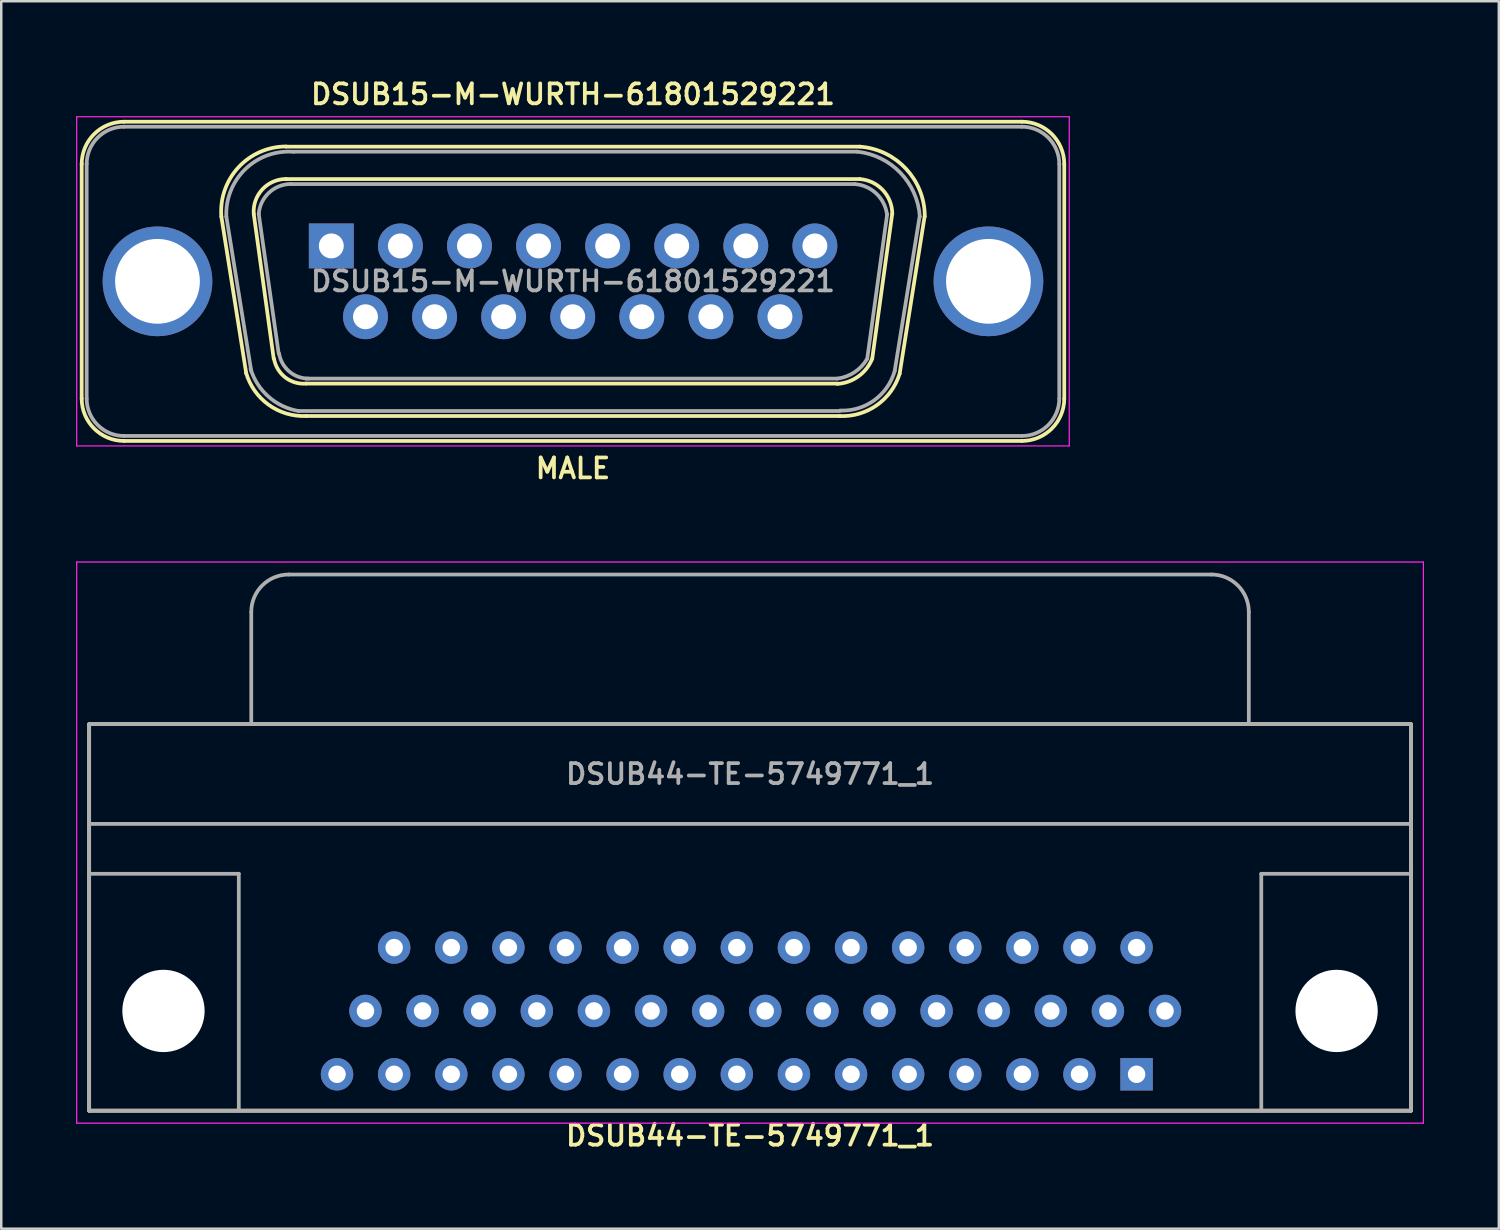
<source format=kicad_pcb>
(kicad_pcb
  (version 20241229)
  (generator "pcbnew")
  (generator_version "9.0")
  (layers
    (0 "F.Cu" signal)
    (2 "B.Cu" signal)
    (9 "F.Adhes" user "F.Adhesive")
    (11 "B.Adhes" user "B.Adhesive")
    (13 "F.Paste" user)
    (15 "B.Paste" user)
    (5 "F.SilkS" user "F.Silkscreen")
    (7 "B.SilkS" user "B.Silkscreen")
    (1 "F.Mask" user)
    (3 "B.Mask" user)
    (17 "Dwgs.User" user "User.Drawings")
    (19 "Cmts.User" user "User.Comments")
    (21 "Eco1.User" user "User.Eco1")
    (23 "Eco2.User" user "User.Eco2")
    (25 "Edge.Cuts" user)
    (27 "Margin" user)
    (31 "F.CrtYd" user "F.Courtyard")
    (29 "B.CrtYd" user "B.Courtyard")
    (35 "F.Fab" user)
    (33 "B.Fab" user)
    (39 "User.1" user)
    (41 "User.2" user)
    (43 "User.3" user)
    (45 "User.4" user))
  (footprint "DSUB15-M-WURTH-61801529221"
    (layer "F.Cu")
    (at 19.925 8.231)
    (property "Reference" "DSUB15-M-WURTH-61801529221" (at 0 -7.5 0) (layer "F.SilkS") (effects (font (size 0.8 0.8) (thickness 0.15))))
    (attr through_hole)
    (fp_line (start -19.7 -4.7) (end -19.7 4.7) (stroke (width 0.15) (type solid)) (layer "F.SilkS"))
    (fp_line (start -13.1 3.7) (end -14.1 -2.6) (stroke (width 0.15) (type solid)) (layer "F.SilkS"))
    (fp_line (start -12 3.1) (end -12.8 -2.7) (stroke (width 0.15) (type solid)) (layer "F.SilkS"))
    (fp_line (start -11.5 -5.4) (end 11.5 -5.4) (stroke (width 0.15) (type solid)) (layer "F.SilkS"))
    (fp_line (start -11.5 -4.1) (end 11.5 -4.1) (stroke (width 0.15) (type solid)) (layer "F.SilkS"))
    (fp_line (start -10.7 4.1) (end 10.6 4.1) (stroke (width 0.15) (type solid)) (layer "F.SilkS"))
    (fp_line (start -10.7 5.4) (end 10.7 5.4) (stroke (width 0.15) (type solid)) (layer "F.SilkS"))
    (fp_line (start 12 3.1) (end 12.8 -2.7) (stroke (width 0.15) (type solid)) (layer "F.SilkS"))
    (fp_line (start 13.1 3.7) (end 14.1 -2.6) (stroke (width 0.15) (type solid)) (layer "F.SilkS"))
    (fp_line (start 18 -6.4) (end -18 -6.4) (stroke (width 0.15) (type solid)) (layer "F.SilkS"))
    (fp_line (start 18 6.4) (end -18 6.4) (stroke (width 0.15) (type solid)) (layer "F.SilkS"))
    (fp_line (start 19.7 4.7) (end 19.7 -4.7) (stroke (width 0.15) (type solid)) (layer "F.SilkS"))
    (fp_arc (start -19.7 -4.7) (mid -19.202082 -5.902082) (end -18 -6.4) (stroke (width 0.15) (type solid)) (layer "F.SilkS"))
    (fp_arc (start -18 6.4) (mid -19.202082 5.902082) (end -19.7 4.7) (stroke (width 0.15) (type solid)) (layer "F.SilkS"))
    (fp_arc (start -14.1 -2.6) (mid -13.413313 -4.571788) (end -11.5 -5.407681) (stroke (width 0.15) (type solid)) (layer "F.SilkS"))
    (fp_arc (start -12.8 -2.7) (mid -12.456657 -3.685894) (end -11.5 -4.10384) (stroke (width 0.15) (type solid)) (layer "F.SilkS"))
    (fp_arc (start -10.7 4.1) (mid -11.539482 3.85035) (end -11.987776 3.097962) (stroke (width 0.15) (type solid)) (layer "F.SilkS"))
    (fp_arc (start -10.7 5.4) (mid -12.200929 4.951256) (end -13.105999 3.672582) (stroke (width 0.15) (type solid)) (layer "F.SilkS"))
    (fp_arc (start 11.5 -5.4) (mid 13.354437 -4.512926) (end 14.107134 -2.6) (stroke (width 0.15) (type solid)) (layer "F.SilkS"))
    (fp_arc (start 11.5 -4.1) (mid 12.427219 -3.656463) (end 12.803567 -2.7) (stroke (width 0.15) (type solid)) (layer "F.SilkS"))
    (fp_arc (start 12 3.1) (mid 11.447027 3.80887) (end 10.600775 4.112403) (stroke (width 0.15) (type solid)) (layer "F.SilkS"))
    (fp_arc (start 13.1 3.7) (mid 12.184915 4.9652) (end 10.685648 5.401442) (stroke (width 0.15) (type solid)) (layer "F.SilkS"))
    (fp_arc (start 18 -6.4) (mid 19.202082 -5.902082) (end 19.7 -4.7) (stroke (width 0.15) (type solid)) (layer "F.SilkS"))
    (fp_arc (start 19.7 4.7) (mid 19.202082 5.902082) (end 18 6.4) (stroke (width 0.15) (type solid)) (layer "F.SilkS"))
    (fp_line (start -19.9 -6.6) (end 19.9 -6.6) (stroke (width 0.05) (type solid)) (layer "F.CrtYd"))
    (fp_line (start -19.9 6.6) (end -19.9 -6.6) (stroke (width 0.05) (type solid)) (layer "F.CrtYd"))
    (fp_line (start 19.9 -6.6) (end 19.9 6.6) (stroke (width 0.05) (type solid)) (layer "F.CrtYd"))
    (fp_line (start 19.9 6.6) (end -19.9 6.6) (stroke (width 0.05) (type solid)) (layer "F.CrtYd"))
    (fp_line (start -19.5 4.7) (end -19.5 -4.7) (stroke (width 0.15) (type solid)) (layer "F.Fab"))
    (fp_line (start -18 -6.2) (end 18 -6.2) (stroke (width 0.15) (type solid)) (layer "F.Fab"))
    (fp_line (start -12.9 3.6) (end -13.9 -2.6) (stroke (width 0.15) (type solid)) (layer "F.Fab"))
    (fp_line (start -11.8 2.9) (end -12.6 -2.7) (stroke (width 0.15) (type solid)) (layer "F.Fab"))
    (fp_line (start -11.3 -3.9) (end 11.3 -3.9) (stroke (width 0.15) (type solid)) (layer "F.Fab"))
    (fp_line (start -11.2 -5.2) (end 11.4 -5.2) (stroke (width 0.15) (type solid)) (layer "F.Fab"))
    (fp_line (start -11 5.2) (end 10.7 5.2) (stroke (width 0.15) (type solid)) (layer "F.Fab"))
    (fp_line (start -10.7 3.9) (end 10.6 3.9) (stroke (width 0.15) (type solid)) (layer "F.Fab"))
    (fp_line (start 11.8 3.1) (end 12.6 -2.7) (stroke (width 0.15) (type solid)) (layer "F.Fab"))
    (fp_line (start 12.9 3.6) (end 13.9 -2.6) (stroke (width 0.15) (type solid)) (layer "F.Fab"))
    (fp_line (start 18 6.2) (end -18 6.2) (stroke (width 0.15) (type solid)) (layer "F.Fab"))
    (fp_line (start 19.5 -4.7) (end 19.5 4.7) (stroke (width 0.15) (type solid)) (layer "F.Fab"))
    (fp_arc (start -19.5 -4.7) (mid -19.06066 -5.76066) (end -18 -6.2) (stroke (width 0.15) (type solid)) (layer "F.Fab"))
    (fp_arc (start -18 6.2) (mid -19.06066 5.76066) (end -19.5 4.7) (stroke (width 0.15) (type solid)) (layer "F.Fab"))
    (fp_arc (start -13.9 -2.6) (mid -13.134595 -4.503102) (end -11.203287 -5.194254) (stroke (width 0.15) (type solid)) (layer "F.Fab"))
    (fp_arc (start -12.6 -2.7) (mid -12.185894 -3.556657) (end -11.3 -3.90384) (stroke (width 0.15) (type solid)) (layer "F.Fab"))
    (fp_arc (start -11 5.2) (mid -12.204651 4.62896) (end -12.927562 3.50884) (stroke (width 0.15) (type solid)) (layer "F.Fab"))
    (fp_arc (start -10.6 3.9) (mid -11.37565 3.615624) (end -11.783673 2.897278) (stroke (width 0.15) (type solid)) (layer "F.Fab"))
    (fp_arc (start 11.3 -3.9) (mid 12.156076 -3.527579) (end 12.589167 -2.700538) (stroke (width 0.15) (type solid)) (layer "F.Fab"))
    (fp_arc (start 11.4 -5.2) (mid 13.127914 -4.353859) (end 13.909219 -2.595676) (stroke (width 0.15) (type solid)) (layer "F.Fab"))
    (fp_arc (start 11.8 3.1) (mid 11.29478 3.641406) (end 10.600841 3.899895) (stroke (width 0.15) (type solid)) (layer "F.Fab"))
    (fp_arc (start 12.9 3.6) (mid 12.077027 4.771779) (end 10.705134 5.181972) (stroke (width 0.15) (type solid)) (layer "F.Fab"))
    (fp_arc (start 18 -6.2) (mid 19.06066 -5.76066) (end 19.5 -4.7) (stroke (width 0.15) (type solid)) (layer "F.Fab"))
    (fp_arc (start 19.5 4.7) (mid 19.06066 5.76066) (end 18 6.2) (stroke (width 0.15) (type solid)) (layer "F.Fab"))
    (fp_text user "MALE" (at 0 7.5 0) (layer "F.SilkS") (effects (font (size 0.8 0.8) (thickness 0.15))))
    (fp_text user "${REFERENCE}" (at 0 0 0) (layer "F.Fab") (effects (font (size 0.8 0.8) (thickness 0.15))))
    (pad "" thru_hole circle (at -16.66 0) (size 4.4 4.4) (drill 3.4) (layers "*.Cu" "*.Mask"))
    (pad "" thru_hole circle (at 16.66 0) (size 4.4 4.4) (drill 3.4) (layers "*.Cu" "*.Mask"))
    (pad "1" thru_hole rect (at -9.69 -1.42) (size 1.8 1.8) (drill 1) (layers "*.Cu" "*.Mask"))
    (pad "2" thru_hole circle (at -6.92 -1.42) (size 1.8 1.8) (drill 1) (layers "*.Cu" "*.Mask"))
    (pad "3" thru_hole circle (at -4.15 -1.42) (size 1.8 1.8) (drill 1) (layers "*.Cu" "*.Mask"))
    (pad "4" thru_hole circle (at -1.38 -1.42) (size 1.8 1.8) (drill 1) (layers "*.Cu" "*.Mask"))
    (pad "5" thru_hole circle (at 1.39 -1.42) (size 1.8 1.8) (drill 1) (layers "*.Cu" "*.Mask"))
    (pad "6" thru_hole circle (at 4.16 -1.42) (size 1.8 1.8) (drill 1) (layers "*.Cu" "*.Mask"))
    (pad "7" thru_hole circle (at 6.93 -1.42) (size 1.8 1.8) (drill 1) (layers "*.Cu" "*.Mask"))
    (pad "8" thru_hole circle (at 9.7 -1.42) (size 1.8 1.8) (drill 1) (layers "*.Cu" "*.Mask"))
    (pad "9" thru_hole circle (at -8.32 1.42) (size 1.8 1.8) (drill 1) (layers "*.Cu" "*.Mask"))
    (pad "10" thru_hole circle (at -5.55 1.42) (size 1.8 1.8) (drill 1) (layers "*.Cu" "*.Mask"))
    (pad "11" thru_hole circle (at -2.78 1.42) (size 1.8 1.8) (drill 1) (layers "*.Cu" "*.Mask"))
    (pad "12" thru_hole circle (at -0.01 1.42) (size 1.8 1.8) (drill 1) (layers "*.Cu" "*.Mask"))
    (pad "13" thru_hole circle (at 2.76 1.42) (size 1.8 1.8) (drill 1) (layers "*.Cu" "*.Mask"))
    (pad "14" thru_hole circle (at 5.53 1.42) (size 1.8 1.8) (drill 1) (layers "*.Cu" "*.Mask"))
    (pad "15" thru_hole circle (at 8.3 1.42) (size 1.8 1.8) (drill 1) (layers "*.Cu" "*.Mask")))
  (footprint "DSUB44-TE-5749771_1"
    (layer "F.Cu")
    (at 27.025 37.487)
    (property "Reference" "DSUB44-TE-5749771_1" (at 0 5 0) (layer "F.SilkS") (effects (font (size 0.8 0.8) (thickness 0.15))))
    (attr through_hole)
    (fp_line (start -26.5 -11.5) (end -26.5 4) (stroke (width 0.15) (type solid)) (layer "F.SilkS"))
    (fp_line (start -26.5 4) (end 26.5 4) (stroke (width 0.15) (type solid)) (layer "F.SilkS"))
    (fp_line (start 26.5 -11.5) (end -26.5 -11.5) (stroke (width 0.15) (type solid)) (layer "F.SilkS"))
    (fp_line (start 26.5 4) (end 26.5 -11.5) (stroke (width 0.15) (type solid)) (layer "F.SilkS"))
    (fp_line (start -27 -18) (end 27 -18) (stroke (width 0.05) (type solid)) (layer "F.CrtYd"))
    (fp_line (start -27 4.5) (end -27 -18) (stroke (width 0.05) (type solid)) (layer "F.CrtYd"))
    (fp_line (start 27 -18) (end 27 4.5) (stroke (width 0.05) (type solid)) (layer "F.CrtYd"))
    (fp_line (start 27 4.5) (end -27 4.5) (stroke (width 0.05) (type solid)) (layer "F.CrtYd"))
    (fp_line (start -26.5 -11.5) (end -26.5 4) (stroke (width 0.15) (type solid)) (layer "F.Fab"))
    (fp_line (start -26.5 -7.5) (end 26.5 -7.5) (stroke (width 0.15) (type solid)) (layer "F.Fab"))
    (fp_line (start -26.5 -5.5) (end -20.5 -5.5) (stroke (width 0.15) (type solid)) (layer "F.Fab"))
    (fp_line (start -26.5 4) (end 26.5 4) (stroke (width 0.15) (type solid)) (layer "F.Fab"))
    (fp_line (start -20.5 -5.5) (end -20.5 4) (stroke (width 0.15) (type solid)) (layer "F.Fab"))
    (fp_line (start -20 -16) (end -20 -11.5) (stroke (width 0.15) (type solid)) (layer "F.Fab"))
    (fp_line (start -18.5 -17.5) (end 18.5 -17.5) (stroke (width 0.15) (type solid)) (layer "F.Fab"))
    (fp_line (start 20 -16) (end 20 -11.5) (stroke (width 0.15) (type solid)) (layer "F.Fab"))
    (fp_line (start 20.5 -5.5) (end 20.5 4) (stroke (width 0.15) (type solid)) (layer "F.Fab"))
    (fp_line (start 20.5 -5.5) (end 26.5 -5.5) (stroke (width 0.15) (type solid)) (layer "F.Fab"))
    (fp_line (start 26.5 -11.5) (end -26.5 -11.5) (stroke (width 0.15) (type solid)) (layer "F.Fab"))
    (fp_line (start 26.5 4) (end 26.5 -11.5) (stroke (width 0.15) (type solid)) (layer "F.Fab"))
    (fp_arc (start -20 -16) (mid -19.56066 -17.06066) (end -18.5 -17.5) (stroke (width 0.15) (type solid)) (layer "F.Fab"))
    (fp_arc (start 18.5 -17.5) (mid 19.56066 -17.06066) (end 20 -16) (stroke (width 0.15) (type solid)) (layer "F.Fab"))
    (fp_text user "${REFERENCE}" (at 0 -9.5 0) (layer "F.Fab") (effects (font (size 0.8 0.8) (thickness 0.15))))
    (pad "" np_thru_hole circle (at -23.52 0) (size 3.3 3.3) (drill 3.3) (layers "*.Cu" "*.Mask"))
    (pad "" np_thru_hole circle (at 23.52 0) (size 3.3 3.3) (drill 3.3) (layers "*.Cu" "*.Mask"))
    (pad "1" thru_hole rect (at 15.5 2.54) (size 1.3 1.3) (drill 0.7) (layers "*.Cu" "*.Mask"))
    (pad "2" thru_hole circle (at 13.21 2.54) (size 1.3 1.3) (drill 0.7) (layers "*.Cu" "*.Mask"))
    (pad "3" thru_hole circle (at 10.92 2.54) (size 1.3 1.3) (drill 0.7) (layers "*.Cu" "*.Mask"))
    (pad "4" thru_hole circle (at 8.63 2.54) (size 1.3 1.3) (drill 0.7) (layers "*.Cu" "*.Mask"))
    (pad "5" thru_hole circle (at 6.34 2.54) (size 1.3 1.3) (drill 0.7) (layers "*.Cu" "*.Mask"))
    (pad "6" thru_hole circle (at 4.05 2.54) (size 1.3 1.3) (drill 0.7) (layers "*.Cu" "*.Mask"))
    (pad "7" thru_hole circle (at 1.76 2.54) (size 1.3 1.3) (drill 0.7) (layers "*.Cu" "*.Mask"))
    (pad "8" thru_hole circle (at -0.53 2.54) (size 1.3 1.3) (drill 0.7) (layers "*.Cu" "*.Mask"))
    (pad "9" thru_hole circle (at -2.82 2.54) (size 1.3 1.3) (drill 0.7) (layers "*.Cu" "*.Mask"))
    (pad "10" thru_hole circle (at -5.11 2.54) (size 1.3 1.3) (drill 0.7) (layers "*.Cu" "*.Mask"))
    (pad "11" thru_hole circle (at -7.4 2.54) (size 1.3 1.3) (drill 0.7) (layers "*.Cu" "*.Mask"))
    (pad "12" thru_hole circle (at -9.69 2.54) (size 1.3 1.3) (drill 0.7) (layers "*.Cu" "*.Mask"))
    (pad "13" thru_hole circle (at -11.98 2.54) (size 1.3 1.3) (drill 0.7) (layers "*.Cu" "*.Mask"))
    (pad "14" thru_hole circle (at -14.27 2.54) (size 1.3 1.3) (drill 0.7) (layers "*.Cu" "*.Mask"))
    (pad "15" thru_hole circle (at -16.56 2.54) (size 1.3 1.3) (drill 0.7) (layers "*.Cu" "*.Mask"))
    (pad "16" thru_hole circle (at 16.64 0) (size 1.3 1.3) (drill 0.7) (layers "*.Cu" "*.Mask"))
    (pad "17" thru_hole circle (at 14.35 0) (size 1.3 1.3) (drill 0.7) (layers "*.Cu" "*.Mask"))
    (pad "18" thru_hole circle (at 12.06 0) (size 1.3 1.3) (drill 0.7) (layers "*.Cu" "*.Mask"))
    (pad "19" thru_hole circle (at 9.77 0) (size 1.3 1.3) (drill 0.7) (layers "*.Cu" "*.Mask"))
    (pad "20" thru_hole circle (at 7.48 0) (size 1.3 1.3) (drill 0.7) (layers "*.Cu" "*.Mask"))
    (pad "21" thru_hole circle (at 5.19 0) (size 1.3 1.3) (drill 0.7) (layers "*.Cu" "*.Mask"))
    (pad "22" thru_hole circle (at 2.9 0) (size 1.3 1.3) (drill 0.7) (layers "*.Cu" "*.Mask"))
    (pad "23" thru_hole circle (at 0.61 0) (size 1.3 1.3) (drill 0.7) (layers "*.Cu" "*.Mask"))
    (pad "24" thru_hole circle (at -1.68 0) (size 1.3 1.3) (drill 0.7) (layers "*.Cu" "*.Mask"))
    (pad "25" thru_hole circle (at -3.97 0) (size 1.3 1.3) (drill 0.7) (layers "*.Cu" "*.Mask"))
    (pad "26" thru_hole circle (at -6.26 0) (size 1.3 1.3) (drill 0.7) (layers "*.Cu" "*.Mask"))
    (pad "27" thru_hole circle (at -8.55 0) (size 1.3 1.3) (drill 0.7) (layers "*.Cu" "*.Mask"))
    (pad "28" thru_hole circle (at -10.84 0) (size 1.3 1.3) (drill 0.7) (layers "*.Cu" "*.Mask"))
    (pad "29" thru_hole circle (at -13.13 0) (size 1.3 1.3) (drill 0.7) (layers "*.Cu" "*.Mask"))
    (pad "30" thru_hole circle (at -15.42 0) (size 1.3 1.3) (drill 0.7) (layers "*.Cu" "*.Mask"))
    (pad "31" thru_hole circle (at 15.5 -2.54) (size 1.3 1.3) (drill 0.7) (layers "*.Cu" "*.Mask"))
    (pad "32" thru_hole circle (at 13.21 -2.54) (size 1.3 1.3) (drill 0.7) (layers "*.Cu" "*.Mask"))
    (pad "33" thru_hole circle (at 10.92 -2.54) (size 1.3 1.3) (drill 0.7) (layers "*.Cu" "*.Mask"))
    (pad "34" thru_hole circle (at 8.63 -2.54) (size 1.3 1.3) (drill 0.7) (layers "*.Cu" "*.Mask"))
    (pad "35" thru_hole circle (at 6.34 -2.54) (size 1.3 1.3) (drill 0.7) (layers "*.Cu" "*.Mask"))
    (pad "36" thru_hole circle (at 4.05 -2.54) (size 1.3 1.3) (drill 0.7) (layers "*.Cu" "*.Mask"))
    (pad "37" thru_hole circle (at 1.76 -2.54) (size 1.3 1.3) (drill 0.7) (layers "*.Cu" "*.Mask"))
    (pad "38" thru_hole circle (at -0.53 -2.54) (size 1.3 1.3) (drill 0.7) (layers "*.Cu" "*.Mask"))
    (pad "39" thru_hole circle (at -2.82 -2.54) (size 1.3 1.3) (drill 0.7) (layers "*.Cu" "*.Mask"))
    (pad "40" thru_hole circle (at -5.11 -2.54) (size 1.3 1.3) (drill 0.7) (layers "*.Cu" "*.Mask"))
    (pad "41" thru_hole circle (at -7.4 -2.54) (size 1.3 1.3) (drill 0.7) (layers "*.Cu" "*.Mask"))
    (pad "42" thru_hole circle (at -9.69 -2.54) (size 1.3 1.3) (drill 0.7) (layers "*.Cu" "*.Mask"))
    (pad "43" thru_hole circle (at -11.98 -2.54) (size 1.3 1.3) (drill 0.7) (layers "*.Cu" "*.Mask"))
    (pad "44" thru_hole circle (at -14.27 -2.54) (size 1.3 1.3) (drill 0.7) (layers "*.Cu" "*.Mask")))
  (gr_rect
    (start -3 -3)
    (end 57.05 46.219)
    (stroke (width 0.1) (type default))
    (fill no)
    (layer "Edge.Cuts")))
</source>
